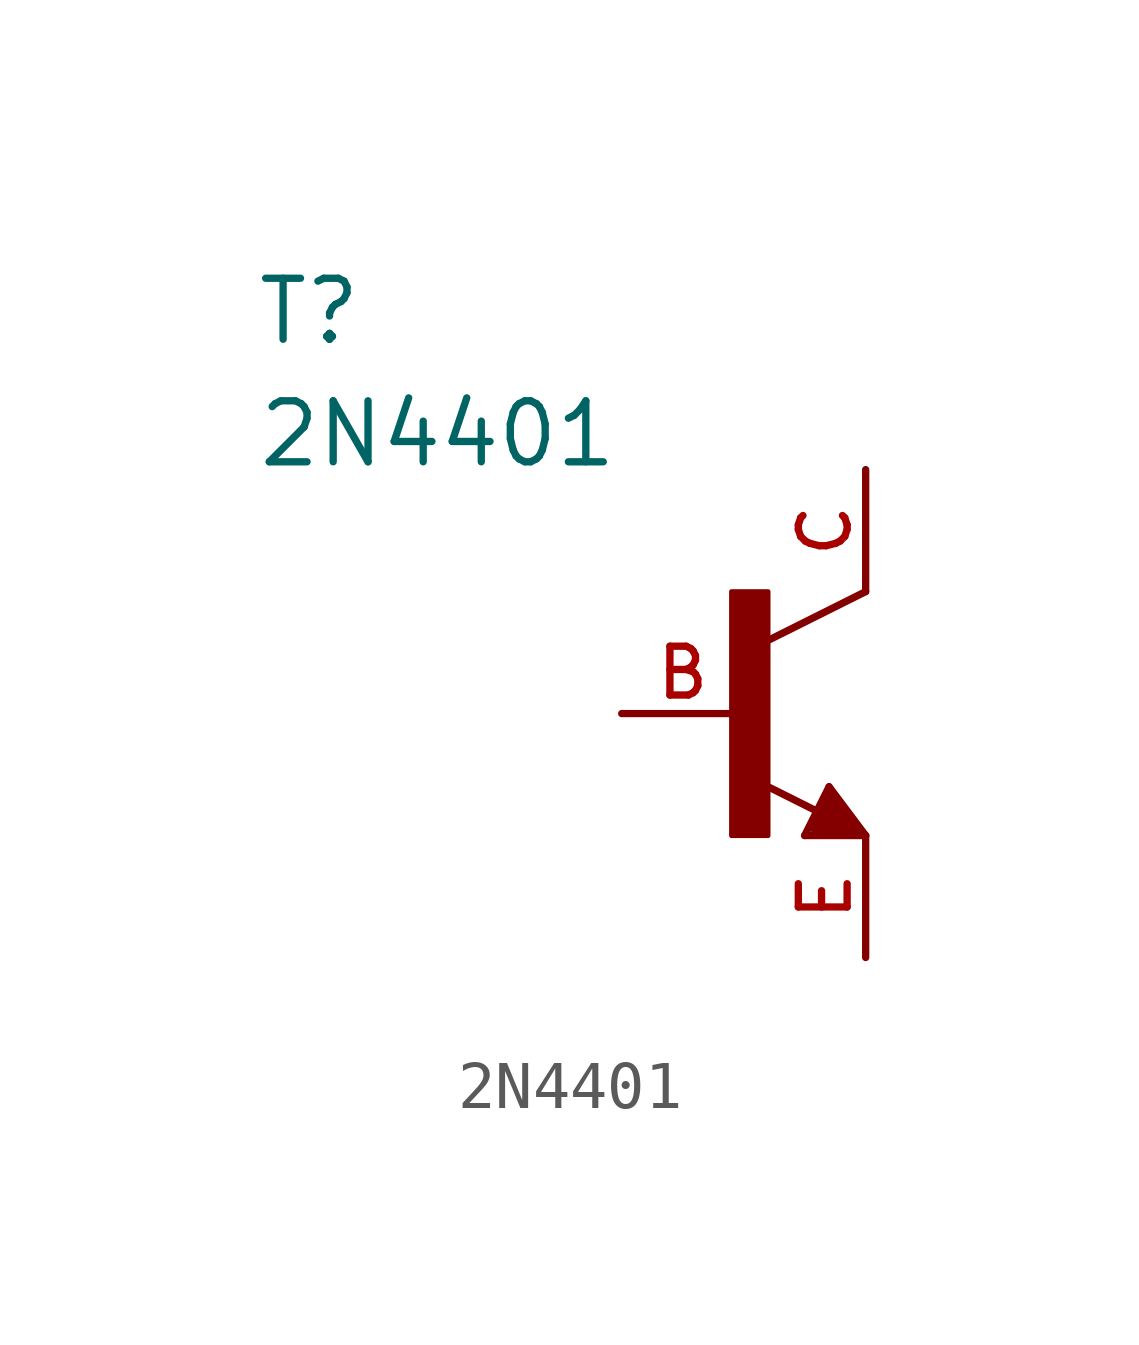
<source format=kicad_sym>
(kicad_symbol_lib
  (version 20211014)
  (generator kicad_symbol_editor)
  (symbol "2N4401"
    (pin_names
      (offset 1.016))
    (property "Reference" "T"
      (at -10.176 7.632 0)
      (effects (font (size 1.27 1.27)) (justify bottom left)))
    (property "Value" "2N4401"
      (at -10.161 5.08 0)
      (effects (font (size 1.27 1.27)) (justify bottom left)))
    (symbol "2N4401_0_0"
      (polyline (pts (xy 2.54 2.54) (xy 0.508 1.524)) (stroke (width 0.152)))
      (polyline (pts (xy 1.778 -1.524) (xy 2.54 -2.54)) (stroke (width 0.152)))
      (polyline (pts (xy 2.54 -2.54) (xy 1.27 -2.54)) (stroke (width 0.152)))
      (polyline (pts (xy 1.27 -2.54) (xy 1.778 -1.524)) (stroke (width 0.152)))
      (polyline (pts (xy 1.54 -2.04) (xy 0.308 -1.424)) (stroke (width 0.152)))
      (polyline (pts (xy 1.524 -2.413) (xy 2.286 -2.413)) (stroke (width 0.254)))
      (polyline (pts (xy 2.286 -2.413) (xy 1.778 -1.778)) (stroke (width 0.254)))
      (polyline (pts (xy 1.778 -1.778) (xy 1.524 -2.286)) (stroke (width 0.254)))
      (polyline (pts (xy 1.524 -2.286) (xy 1.905 -2.286)) (stroke (width 0.254)))
      (polyline (pts (xy 1.905 -2.286) (xy 1.778 -2.032)) (stroke (width 0.254)))
      (rectangle (start -0.254 -2.543) (end 0.508 2.54) (stroke (width 0.1)) (fill (type outline)))
      (pin passive line (at -2.54 0.0 0) (length 2.54) (name "~" (effects (font (size 1.016 1.016)))) (number "B" (effects (font (size 1.016 1.016)))))
      (pin passive line (at 2.54 -5.08 90.0) (length 2.54) (name "~" (effects (font (size 1.016 1.016)))) (number "E" (effects (font (size 1.016 1.016)))))
      (pin passive line (at 2.54 5.08 270.0) (length 2.54) (name "~" (effects (font (size 1.016 1.016)))) (number "C" (effects (font (size 1.016 1.016))))))))
</source>
